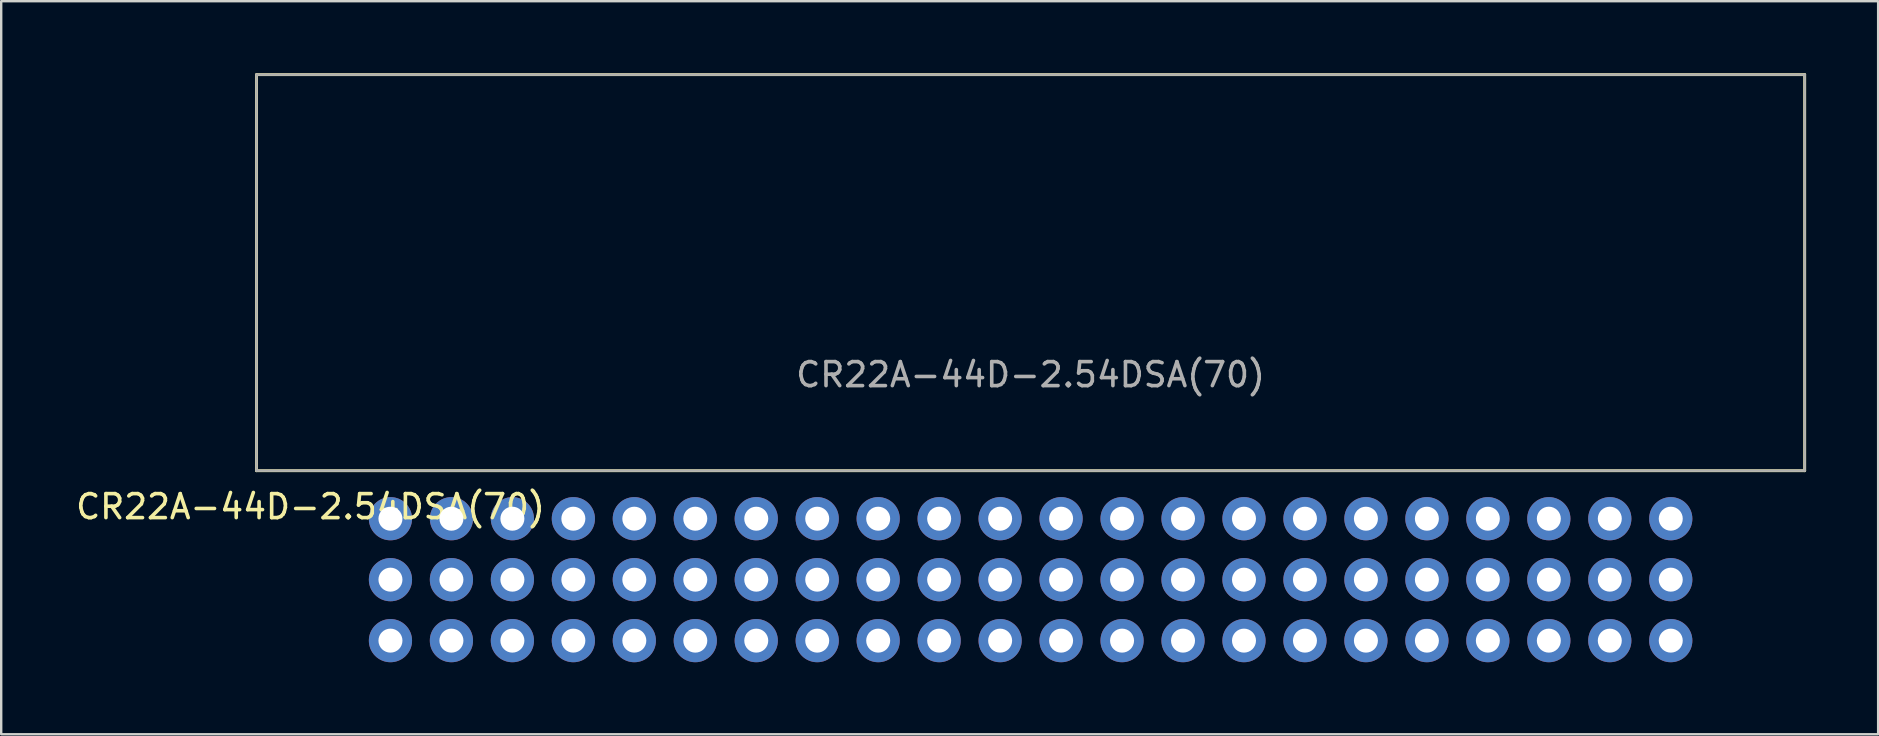
<source format=kicad_pcb>
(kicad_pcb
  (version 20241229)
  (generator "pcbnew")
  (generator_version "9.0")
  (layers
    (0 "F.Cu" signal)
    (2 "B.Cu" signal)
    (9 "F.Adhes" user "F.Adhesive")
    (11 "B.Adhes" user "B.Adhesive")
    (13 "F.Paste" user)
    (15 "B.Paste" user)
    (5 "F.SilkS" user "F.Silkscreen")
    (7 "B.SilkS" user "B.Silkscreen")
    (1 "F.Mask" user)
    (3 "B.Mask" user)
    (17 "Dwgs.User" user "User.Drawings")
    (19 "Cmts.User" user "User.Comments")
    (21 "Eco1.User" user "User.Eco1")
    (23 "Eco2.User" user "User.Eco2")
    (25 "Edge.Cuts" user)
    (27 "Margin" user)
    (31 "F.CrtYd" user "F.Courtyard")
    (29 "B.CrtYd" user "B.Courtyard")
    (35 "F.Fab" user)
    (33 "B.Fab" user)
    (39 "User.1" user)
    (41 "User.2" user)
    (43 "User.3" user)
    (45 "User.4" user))
  (footprint "CR22A-44D-2.54DSA(70)"
    (layer "F.Cu")
    (at 39.887 18.56)
    (property "Reference" "CR22A-44D-2.54DSA(70)" (at -30 -0.5 0) (unlocked yes) (layer "F.SilkS") (effects (font (size 1 1) (thickness 0.15))))
    (attr through_hole)
    (fp_line (start -32.25 -18.5) (end -32.25 -2) (stroke (width 0.12) (type solid)) (layer "F.SilkS"))
    (fp_line (start -32.25 -18.5) (end 32.25 -18.5) (stroke (width 0.12) (type solid)) (layer "F.SilkS"))
    (fp_line (start -32.25 -2) (end 32.25 -2) (stroke (width 0.12) (type solid)) (layer "F.SilkS"))
    (fp_line (start 32.25 -18.5) (end 32.25 -2) (stroke (width 0.12) (type solid)) (layer "F.SilkS"))
    (fp_line (start -32.25 -18.5) (end 32.25 -18.5) (stroke (width 0.1) (type solid)) (layer "F.Fab"))
    (fp_line (start -32.25 -2) (end -32.25 -18.5) (stroke (width 0.1) (type solid)) (layer "F.Fab"))
    (fp_line (start 32.25 -18.5) (end 32.25 -2) (stroke (width 0.1) (type solid)) (layer "F.Fab"))
    (fp_line (start 32.25 -2) (end -32.25 -2) (stroke (width 0.1) (type solid)) (layer "F.Fab"))
    (fp_text user "${REFERENCE}" (at 0 -6 0) (unlocked yes) (layer "F.Fab") (effects (font (size 1 1) (thickness 0.15))))
    (pad "1" thru_hole circle (at -26.67 2.54) (size 1.8 1.8) (drill 1) (layers "*.Cu" "*.Mask"))
    (pad "1" thru_hole circle (at -26.67 5.08) (size 1.8 1.8) (drill 1) (layers "*.Cu" "*.Mask"))
    (pad "2" thru_hole circle (at -26.67 0) (size 1.8 1.8) (drill 1) (layers "*.Cu" "*.Mask"))
    (pad "3" thru_hole circle (at -24.13 2.54) (size 1.8 1.8) (drill 1) (layers "*.Cu" "*.Mask"))
    (pad "3" thru_hole circle (at -24.13 5.08) (size 1.8 1.8) (drill 1) (layers "*.Cu" "*.Mask"))
    (pad "4" thru_hole circle (at -24.13 0) (size 1.8 1.8) (drill 1) (layers "*.Cu" "*.Mask"))
    (pad "5" thru_hole circle (at -21.59 2.54) (size 1.8 1.8) (drill 1) (layers "*.Cu" "*.Mask"))
    (pad "5" thru_hole circle (at -21.59 5.08) (size 1.8 1.8) (drill 1) (layers "*.Cu" "*.Mask"))
    (pad "6" thru_hole circle (at -21.59 0) (size 1.8 1.8) (drill 1) (layers "*.Cu" "*.Mask"))
    (pad "7" thru_hole circle (at -19.05 2.54) (size 1.8 1.8) (drill 1) (layers "*.Cu" "*.Mask"))
    (pad "7" thru_hole circle (at -19.05 5.08) (size 1.8 1.8) (drill 1) (layers "*.Cu" "*.Mask"))
    (pad "8" thru_hole circle (at -19.05 0) (size 1.8 1.8) (drill 1) (layers "*.Cu" "*.Mask"))
    (pad "9" thru_hole circle (at -16.51 2.54) (size 1.8 1.8) (drill 1) (layers "*.Cu" "*.Mask"))
    (pad "9" thru_hole circle (at -16.51 5.08) (size 1.8 1.8) (drill 1) (layers "*.Cu" "*.Mask"))
    (pad "10" thru_hole circle (at -16.51 0) (size 1.8 1.8) (drill 1) (layers "*.Cu" "*.Mask"))
    (pad "11" thru_hole circle (at -13.97 2.54) (size 1.8 1.8) (drill 1) (layers "*.Cu" "*.Mask"))
    (pad "11" thru_hole circle (at -13.97 5.08) (size 1.8 1.8) (drill 1) (layers "*.Cu" "*.Mask"))
    (pad "12" thru_hole circle (at -13.97 0) (size 1.8 1.8) (drill 1) (layers "*.Cu" "*.Mask"))
    (pad "13" thru_hole circle (at -11.43 2.54) (size 1.8 1.8) (drill 1) (layers "*.Cu" "*.Mask"))
    (pad "13" thru_hole circle (at -11.43 5.08) (size 1.8 1.8) (drill 1) (layers "*.Cu" "*.Mask"))
    (pad "14" thru_hole circle (at -11.43 0) (size 1.8 1.8) (drill 1) (layers "*.Cu" "*.Mask"))
    (pad "15" thru_hole circle (at -8.89 2.54) (size 1.8 1.8) (drill 1) (layers "*.Cu" "*.Mask"))
    (pad "15" thru_hole circle (at -8.89 5.08) (size 1.8 1.8) (drill 1) (layers "*.Cu" "*.Mask"))
    (pad "16" thru_hole circle (at -8.89 0) (size 1.8 1.8) (drill 1) (layers "*.Cu" "*.Mask"))
    (pad "17" thru_hole circle (at -6.35 2.54) (size 1.8 1.8) (drill 1) (layers "*.Cu" "*.Mask"))
    (pad "17" thru_hole circle (at -6.35 5.08) (size 1.8 1.8) (drill 1) (layers "*.Cu" "*.Mask"))
    (pad "18" thru_hole circle (at -6.35 0) (size 1.8 1.8) (drill 1) (layers "*.Cu" "*.Mask"))
    (pad "19" thru_hole circle (at -3.81 2.54) (size 1.8 1.8) (drill 1) (layers "*.Cu" "*.Mask"))
    (pad "19" thru_hole circle (at -3.81 5.08) (size 1.8 1.8) (drill 1) (layers "*.Cu" "*.Mask"))
    (pad "20" thru_hole circle (at -3.81 0) (size 1.8 1.8) (drill 1) (layers "*.Cu" "*.Mask"))
    (pad "21" thru_hole circle (at -1.27 2.54) (size 1.8 1.8) (drill 1) (layers "*.Cu" "*.Mask"))
    (pad "21" thru_hole circle (at -1.27 5.08) (size 1.8 1.8) (drill 1) (layers "*.Cu" "*.Mask"))
    (pad "22" thru_hole circle (at -1.27 0) (size 1.8 1.8) (drill 1) (layers "*.Cu" "*.Mask"))
    (pad "23" thru_hole circle (at 1.27 2.54) (size 1.8 1.8) (drill 1) (layers "*.Cu" "*.Mask"))
    (pad "23" thru_hole circle (at 1.27 5.08) (size 1.8 1.8) (drill 1) (layers "*.Cu" "*.Mask"))
    (pad "24" thru_hole circle (at 1.27 0) (size 1.8 1.8) (drill 1) (layers "*.Cu" "*.Mask"))
    (pad "25" thru_hole circle (at 3.81 2.54) (size 1.8 1.8) (drill 1) (layers "*.Cu" "*.Mask"))
    (pad "25" thru_hole circle (at 3.81 5.08) (size 1.8 1.8) (drill 1) (layers "*.Cu" "*.Mask"))
    (pad "26" thru_hole circle (at 3.81 0) (size 1.8 1.8) (drill 1) (layers "*.Cu" "*.Mask"))
    (pad "27" thru_hole circle (at 6.35 2.54) (size 1.8 1.8) (drill 1) (layers "*.Cu" "*.Mask"))
    (pad "27" thru_hole circle (at 6.35 5.08) (size 1.8 1.8) (drill 1) (layers "*.Cu" "*.Mask"))
    (pad "28" thru_hole circle (at 6.35 0) (size 1.8 1.8) (drill 1) (layers "*.Cu" "*.Mask"))
    (pad "29" thru_hole circle (at 8.89 2.54) (size 1.8 1.8) (drill 1) (layers "*.Cu" "*.Mask"))
    (pad "29" thru_hole circle (at 8.89 5.08) (size 1.8 1.8) (drill 1) (layers "*.Cu" "*.Mask"))
    (pad "30" thru_hole circle (at 8.89 0) (size 1.8 1.8) (drill 1) (layers "*.Cu" "*.Mask"))
    (pad "31" thru_hole circle (at 11.43 2.54) (size 1.8 1.8) (drill 1) (layers "*.Cu" "*.Mask"))
    (pad "31" thru_hole circle (at 11.43 5.08) (size 1.8 1.8) (drill 1) (layers "*.Cu" "*.Mask"))
    (pad "32" thru_hole circle (at 11.43 0) (size 1.8 1.8) (drill 1) (layers "*.Cu" "*.Mask"))
    (pad "33" thru_hole circle (at 13.97 2.54) (size 1.8 1.8) (drill 1) (layers "*.Cu" "*.Mask"))
    (pad "33" thru_hole circle (at 13.97 5.08) (size 1.8 1.8) (drill 1) (layers "*.Cu" "*.Mask"))
    (pad "34" thru_hole circle (at 13.97 0) (size 1.8 1.8) (drill 1) (layers "*.Cu" "*.Mask"))
    (pad "35" thru_hole circle (at 16.51 2.54) (size 1.8 1.8) (drill 1) (layers "*.Cu" "*.Mask"))
    (pad "35" thru_hole circle (at 16.51 5.08) (size 1.8 1.8) (drill 1) (layers "*.Cu" "*.Mask"))
    (pad "36" thru_hole circle (at 16.51 0) (size 1.8 1.8) (drill 1) (layers "*.Cu" "*.Mask"))
    (pad "37" thru_hole circle (at 19.05 2.54) (size 1.8 1.8) (drill 1) (layers "*.Cu" "*.Mask"))
    (pad "37" thru_hole circle (at 19.05 5.08) (size 1.8 1.8) (drill 1) (layers "*.Cu" "*.Mask"))
    (pad "38" thru_hole circle (at 19.05 0) (size 1.8 1.8) (drill 1) (layers "*.Cu" "*.Mask"))
    (pad "39" thru_hole circle (at 21.59 2.54) (size 1.8 1.8) (drill 1) (layers "*.Cu" "*.Mask"))
    (pad "39" thru_hole circle (at 21.59 5.08) (size 1.8 1.8) (drill 1) (layers "*.Cu" "*.Mask"))
    (pad "40" thru_hole circle (at 21.59 0) (size 1.8 1.8) (drill 1) (layers "*.Cu" "*.Mask"))
    (pad "41" thru_hole circle (at 24.13 2.54) (size 1.8 1.8) (drill 1) (layers "*.Cu" "*.Mask"))
    (pad "41" thru_hole circle (at 24.13 5.08) (size 1.8 1.8) (drill 1) (layers "*.Cu" "*.Mask"))
    (pad "42" thru_hole circle (at 24.13 0) (size 1.8 1.8) (drill 1) (layers "*.Cu" "*.Mask"))
    (pad "43" thru_hole circle (at 26.67 2.54) (size 1.8 1.8) (drill 1) (layers "*.Cu" "*.Mask"))
    (pad "43" thru_hole circle (at 26.67 5.08) (size 1.8 1.8) (drill 1) (layers "*.Cu" "*.Mask"))
    (pad "44" thru_hole circle (at 26.67 0) (size 1.8 1.8) (drill 1) (layers "*.Cu" "*.Mask")))
  (gr_rect
    (start -3 -3)
    (end 75.197 27.54)
    (stroke (width 0.1) (type default))
    (fill no)
    (layer "Edge.Cuts")))
</source>
